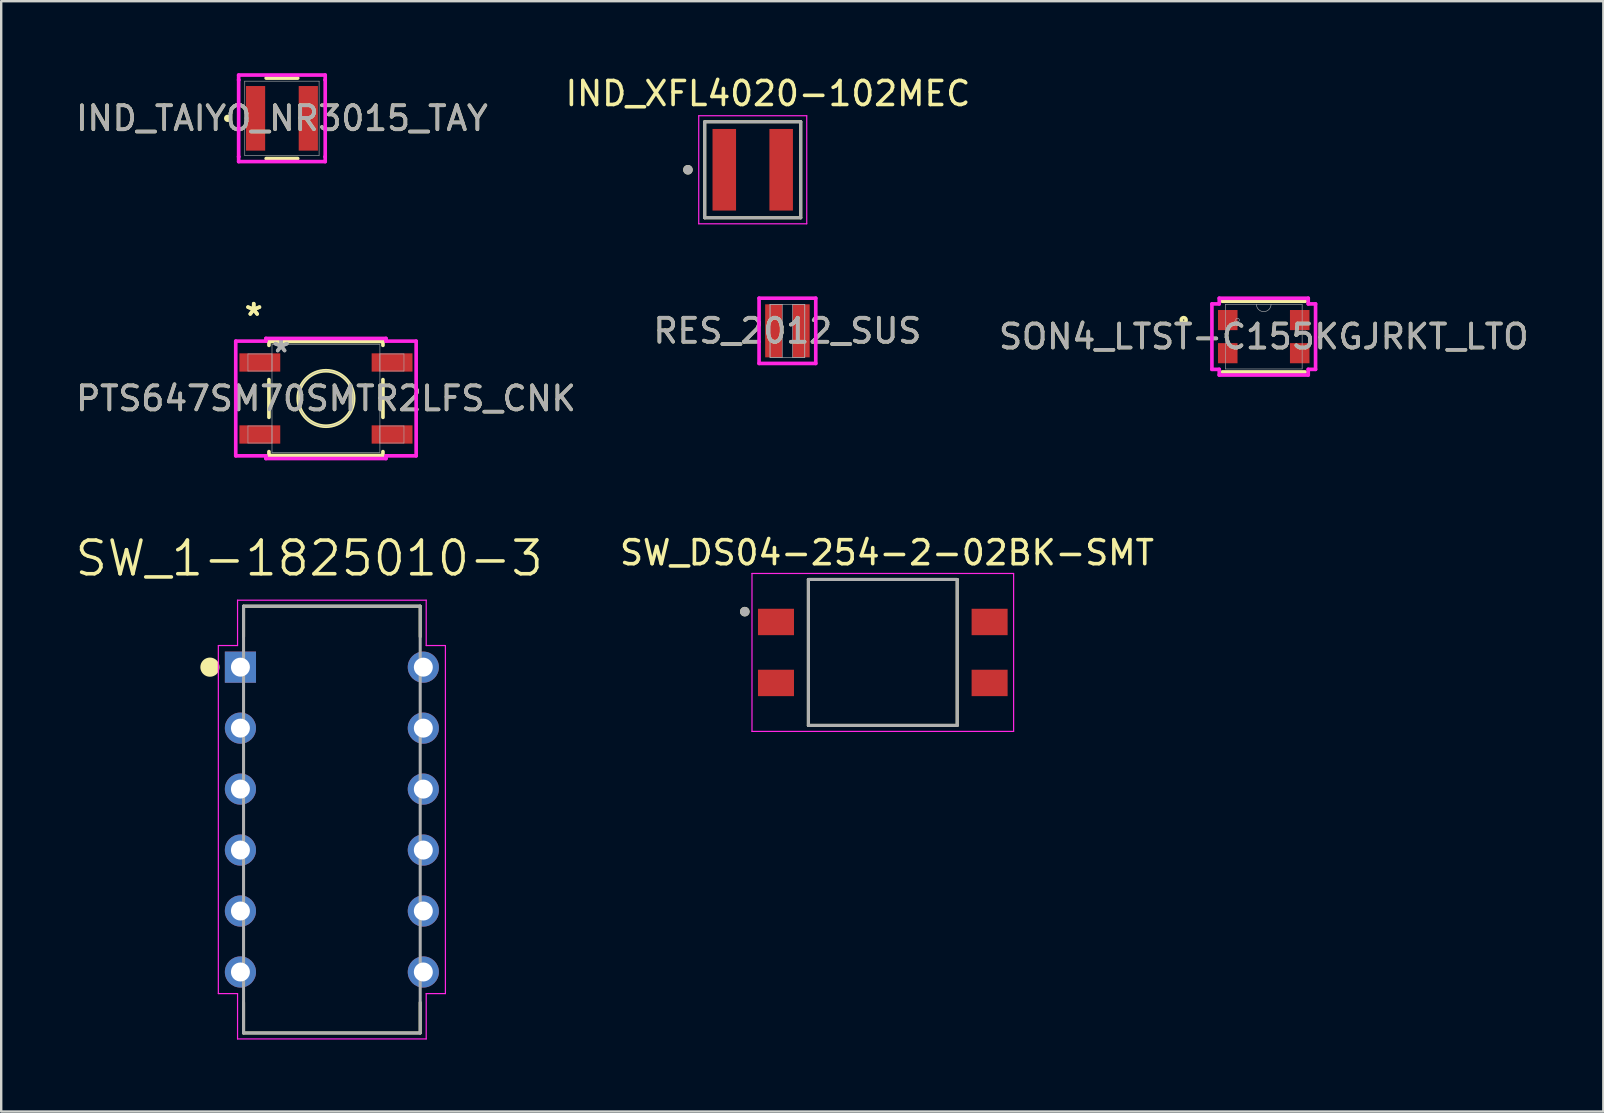
<source format=kicad_pcb>
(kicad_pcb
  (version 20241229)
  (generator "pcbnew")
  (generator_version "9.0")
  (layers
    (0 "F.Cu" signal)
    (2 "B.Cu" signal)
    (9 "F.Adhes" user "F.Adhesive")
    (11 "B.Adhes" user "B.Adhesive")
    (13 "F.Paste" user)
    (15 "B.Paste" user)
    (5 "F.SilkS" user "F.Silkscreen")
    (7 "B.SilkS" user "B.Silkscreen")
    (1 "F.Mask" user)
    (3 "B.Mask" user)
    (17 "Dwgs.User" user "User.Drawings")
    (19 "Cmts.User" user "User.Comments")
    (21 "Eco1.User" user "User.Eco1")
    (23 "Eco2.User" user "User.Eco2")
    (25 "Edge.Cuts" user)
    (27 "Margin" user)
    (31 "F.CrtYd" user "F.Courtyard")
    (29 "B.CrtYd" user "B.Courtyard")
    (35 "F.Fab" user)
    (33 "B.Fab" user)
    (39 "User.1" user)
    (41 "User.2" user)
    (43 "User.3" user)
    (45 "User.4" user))
  (footprint "RES_2012_SUS"
    (layer "F.Cu")
    (at 29.756 10.733)
    (property "Reference" "RES_2012_SUS" (at 0 0 0) (unlocked yes) (layer "F.SilkS") (effects (font (size 1 1) (thickness 0.15))))
    (attr smd)
    (fp_line (start -1.181 -1.359) (end 1.181 -1.359) (stroke (width 0.152) (type solid)) (layer "F.CrtYd"))
    (fp_line (start -1.181 1.359) (end -1.181 -1.359) (stroke (width 0.152) (type solid)) (layer "F.CrtYd"))
    (fp_line (start 1.181 -1.359) (end 1.181 1.359) (stroke (width 0.152) (type solid)) (layer "F.CrtYd"))
    (fp_line (start 1.181 1.359) (end -1.181 1.359) (stroke (width 0.152) (type solid)) (layer "F.CrtYd"))
    (fp_line (start -0.724 -1.105) (end -0.724 1.105) (stroke (width 0.025) (type solid)) (layer "F.Fab"))
    (fp_line (start -0.724 -1.105) (end -0.724 1.105) (stroke (width 0.025) (type solid)) (layer "F.Fab"))
    (fp_line (start -0.724 1.105) (end -0.216 1.105) (stroke (width 0.025) (type solid)) (layer "F.Fab"))
    (fp_line (start -0.724 1.105) (end 0.724 1.105) (stroke (width 0.025) (type solid)) (layer "F.Fab"))
    (fp_line (start -0.216 -1.105) (end -0.724 -1.105) (stroke (width 0.025) (type solid)) (layer "F.Fab"))
    (fp_line (start -0.216 1.105) (end -0.216 -1.105) (stroke (width 0.025) (type solid)) (layer "F.Fab"))
    (fp_line (start 0.216 -1.105) (end 0.216 1.105) (stroke (width 0.025) (type solid)) (layer "F.Fab"))
    (fp_line (start 0.216 1.105) (end 0.724 1.105) (stroke (width 0.025) (type solid)) (layer "F.Fab"))
    (fp_line (start 0.724 -1.105) (end -0.724 -1.105) (stroke (width 0.025) (type solid)) (layer "F.Fab"))
    (fp_line (start 0.724 -1.105) (end 0.216 -1.105) (stroke (width 0.025) (type solid)) (layer "F.Fab"))
    (fp_line (start 0.724 1.105) (end 0.724 -1.105) (stroke (width 0.025) (type solid)) (layer "F.Fab"))
    (fp_line (start 0.724 1.105) (end 0.724 -1.105) (stroke (width 0.025) (type solid)) (layer "F.Fab"))
    (fp_text user "${REFERENCE}" (at 0 0 0) (unlocked yes) (layer "F.Fab") (effects (font (size 1 1) (thickness 0.15))))
    (pad "1" smd rect (at -0.572 0) (size 0.711 2.21) (layers "F.Cu" "F.Mask" "F.Paste"))
    (pad "2" smd rect (at 0.572 0) (size 0.711 2.21) (layers "F.Cu" "F.Mask" "F.Paste"))
    (zone (net_name "") (layer "F.Cu") (hatch full 0.508) (connect_pads) (min_thickness 0.254) (filled_areas_thickness no) (keepout (tracks not_allowed) (vias not_allowed) (pads allowed) (copperpour not_allowed) (footprints allowed)) (placement (enabled no)) (fill) (polygon (pts (xy 29.591 9.679) (xy 29.921 9.679) (xy 29.921 11.787) (xy 29.591 11.787)))))
  (footprint "SON4_LTST-C155KGJRKT_LTO"
    (layer "F.Cu")
    (at 49.601 10.975)
    (property "Reference" "SON4_LTST-C155KGJRKT_LTO" (at 0 0 0) (unlocked yes) (layer "F.SilkS") (effects (font (size 1 1) (thickness 0.15))))
    (attr smd)
    (fp_line (start -1.727 1.473) (end 1.727 1.473) (stroke (width 0.152) (type solid)) (layer "F.SilkS"))
    (fp_line (start 1.727 -1.473) (end -1.727 -1.473) (stroke (width 0.152) (type solid)) (layer "F.SilkS"))
    (fp_circle (center -3.336 -0.69) (end -3.234 -0.69) (stroke (width 0.152) (type solid)) (fill no) (layer "F.SilkS"))
    (fp_line (start -2.159 -1.363) (end -1.854 -1.363) (stroke (width 0.152) (type solid)) (layer "F.CrtYd"))
    (fp_line (start -2.159 1.363) (end -2.159 -1.363) (stroke (width 0.152) (type solid)) (layer "F.CrtYd"))
    (fp_line (start -2.159 1.363) (end -1.854 1.363) (stroke (width 0.152) (type solid)) (layer "F.CrtYd"))
    (fp_line (start -1.854 -1.6) (end 1.854 -1.6) (stroke (width 0.152) (type solid)) (layer "F.CrtYd"))
    (fp_line (start -1.854 -1.363) (end -1.854 -1.6) (stroke (width 0.152) (type solid)) (layer "F.CrtYd"))
    (fp_line (start -1.854 1.6) (end -1.854 1.363) (stroke (width 0.152) (type solid)) (layer "F.CrtYd"))
    (fp_line (start 1.854 -1.6) (end 1.854 -1.363) (stroke (width 0.152) (type solid)) (layer "F.CrtYd"))
    (fp_line (start 1.854 1.363) (end 1.854 1.6) (stroke (width 0.152) (type solid)) (layer "F.CrtYd"))
    (fp_line (start 1.854 1.6) (end -1.854 1.6) (stroke (width 0.152) (type solid)) (layer "F.CrtYd"))
    (fp_line (start 2.159 -1.363) (end 1.854 -1.363) (stroke (width 0.152) (type solid)) (layer "F.CrtYd"))
    (fp_line (start 2.159 -1.363) (end 2.159 1.363) (stroke (width 0.152) (type solid)) (layer "F.CrtYd"))
    (fp_line (start 2.159 1.363) (end 1.854 1.363) (stroke (width 0.152) (type solid)) (layer "F.CrtYd"))
    (fp_line (start -1.6 -1.346) (end -1.6 1.346) (stroke (width 0.025) (type solid)) (layer "F.Fab"))
    (fp_line (start -1.6 1.346) (end 1.6 1.346) (stroke (width 0.025) (type solid)) (layer "F.Fab"))
    (fp_line (start 1.6 -1.346) (end -1.6 -1.346) (stroke (width 0.025) (type solid)) (layer "F.Fab"))
    (fp_line (start 1.6 1.346) (end 1.6 -1.346) (stroke (width 0.025) (type solid)) (layer "F.Fab"))
    (fp_arc (start 0.3048 -1.3462) (mid 0 -1.0414) (end -0.3048 -1.3462) (stroke (width 0.0254) (type solid)) (layer "F.Fab"))
    (fp_circle (center -1.092 -0.69) (end -1.016 -0.69) (stroke (width 0.025) (type solid)) (fill no) (layer "F.Fab"))
    (fp_text user "${REFERENCE}" (at 0 0 0) (unlocked yes) (layer "F.Fab") (effects (font (size 1 1) (thickness 0.15))))
    (pad "1" smd rect (at -1.499 -0.69) (size 0.813 0.838) (layers "F.Cu" "F.Mask" "F.Paste"))
    (pad "2" smd rect (at -1.499 0.69) (size 0.813 0.838) (layers "F.Cu" "F.Mask" "F.Paste"))
    (pad "3" smd rect (at 1.499 0.69) (size 0.813 0.838) (layers "F.Cu" "F.Mask" "F.Paste"))
    (pad "4" smd rect (at 1.499 -0.69) (size 0.813 0.838) (layers "F.Cu" "F.Mask" "F.Paste")))
  (footprint "SW_DS04-254-2-02BK-SMT"
    (layer "F.Cu")
    (at 33.73 24.133)
    (property "Reference" "SW_DS04-254-2-02BK-SMT" (at 0.175 -4.155 0) (layer "F.SilkS") (effects (font (size 1 1) (thickness 0.15))))
    (attr smd)
    (fp_line (start -3.1 -3.04) (end 3.1 -3.04) (stroke (width 0.127) (type solid)) (layer "F.SilkS"))
    (fp_line (start -3.1 3.04) (end -3.1 -3.04) (stroke (width 0.127) (type solid)) (layer "F.SilkS"))
    (fp_line (start 3.1 -3.04) (end 3.1 3.04) (stroke (width 0.127) (type solid)) (layer "F.SilkS"))
    (fp_line (start 3.1 3.04) (end -3.1 3.04) (stroke (width 0.127) (type solid)) (layer "F.SilkS"))
    (fp_circle (center -5.75 -1.7) (end -5.65 -1.7) (stroke (width 0.2) (type solid)) (fill no) (layer "F.SilkS"))
    (fp_line (start -5.45 -3.29) (end -5.45 3.29) (stroke (width 0.05) (type solid)) (layer "F.CrtYd"))
    (fp_line (start -5.45 3.29) (end 5.45 3.29) (stroke (width 0.05) (type solid)) (layer "F.CrtYd"))
    (fp_line (start 5.45 -3.29) (end -5.45 -3.29) (stroke (width 0.05) (type solid)) (layer "F.CrtYd"))
    (fp_line (start 5.45 3.29) (end 5.45 -3.29) (stroke (width 0.05) (type solid)) (layer "F.CrtYd"))
    (fp_line (start -3.1 -3.04) (end 3.1 -3.04) (stroke (width 0.127) (type solid)) (layer "F.Fab"))
    (fp_line (start -3.1 3.04) (end -3.1 -3.04) (stroke (width 0.127) (type solid)) (layer "F.Fab"))
    (fp_line (start 3.1 -3.04) (end 3.1 3.04) (stroke (width 0.127) (type solid)) (layer "F.Fab"))
    (fp_line (start 3.1 3.04) (end -3.1 3.04) (stroke (width 0.127) (type solid)) (layer "F.Fab"))
    (fp_circle (center -5.75 -1.7) (end -5.65 -1.7) (stroke (width 0.2) (type solid)) (fill no) (layer "F.Fab"))
    (pad "1A" smd rect (at -4.45 -1.27) (size 1.5 1.1) (layers "F.Cu" "F.Mask" "F.Paste"))
    (pad "1B" smd rect (at 4.45 -1.27 180) (size 1.5 1.1) (layers "F.Cu" "F.Mask" "F.Paste"))
    (pad "2A" smd rect (at -4.45 1.27) (size 1.5 1.1) (layers "F.Cu" "F.Mask" "F.Paste"))
    (pad "2B" smd rect (at 4.45 1.27 180) (size 1.5 1.1) (layers "F.Cu" "F.Mask" "F.Paste")))
  (footprint "SW_1-1825010-3"
    (layer "F.Cu")
    (at 10.777 31.096)
    (property "Reference" "SW_1-1825010-3" (at -0.946 -10.883 0) (layer "F.SilkS") (effects (font (size 1.402 1.402) (thickness 0.15))))
    (attr through_hole)
    (fp_line (start -3.68 -8.89) (end -3.68 -7.62) (stroke (width 0.127) (type solid)) (layer "F.SilkS"))
    (fp_line (start -3.68 8.89) (end -3.68 7.62) (stroke (width 0.127) (type solid)) (layer "F.SilkS"))
    (fp_line (start 3.68 -8.89) (end -3.68 -8.89) (stroke (width 0.127) (type solid)) (layer "F.SilkS"))
    (fp_line (start 3.68 -8.89) (end 3.68 -7.62) (stroke (width 0.127) (type solid)) (layer "F.SilkS"))
    (fp_line (start 3.68 7.62) (end 3.68 8.89) (stroke (width 0.127) (type solid)) (layer "F.SilkS"))
    (fp_line (start 3.68 8.89) (end -3.68 8.89) (stroke (width 0.127) (type solid)) (layer "F.SilkS"))
    (fp_circle (center -5.08 -6.35) (end -4.88 -6.35) (stroke (width 0.4) (type solid)) (fill no) (layer "F.SilkS"))
    (fp_line (start -4.73 -7.25) (end -4.73 7.25) (stroke (width 0.05) (type solid)) (layer "F.CrtYd"))
    (fp_line (start -4.73 7.25) (end -3.93 7.25) (stroke (width 0.05) (type solid)) (layer "F.CrtYd"))
    (fp_line (start -3.93 -9.14) (end -3.93 -7.25) (stroke (width 0.05) (type solid)) (layer "F.CrtYd"))
    (fp_line (start -3.93 -7.25) (end -4.73 -7.25) (stroke (width 0.05) (type solid)) (layer "F.CrtYd"))
    (fp_line (start -3.93 7.25) (end -3.93 9.14) (stroke (width 0.05) (type solid)) (layer "F.CrtYd"))
    (fp_line (start -3.93 9.14) (end 3.93 9.14) (stroke (width 0.05) (type solid)) (layer "F.CrtYd"))
    (fp_line (start 3.93 -9.14) (end -3.93 -9.14) (stroke (width 0.05) (type solid)) (layer "F.CrtYd"))
    (fp_line (start 3.93 -7.25) (end 3.93 -9.14) (stroke (width 0.05) (type solid)) (layer "F.CrtYd"))
    (fp_line (start 3.93 7.25) (end 4.73 7.25) (stroke (width 0.05) (type solid)) (layer "F.CrtYd"))
    (fp_line (start 3.93 9.14) (end 3.93 7.25) (stroke (width 0.05) (type solid)) (layer "F.CrtYd"))
    (fp_line (start 4.73 -7.25) (end 3.93 -7.25) (stroke (width 0.05) (type solid)) (layer "F.CrtYd"))
    (fp_line (start 4.73 7.25) (end 4.73 -7.25) (stroke (width 0.05) (type solid)) (layer "F.CrtYd"))
    (fp_line (start -3.68 -8.89) (end -3.68 8.89) (stroke (width 0.127) (type solid)) (layer "F.Fab"))
    (fp_line (start -3.68 8.89) (end 3.68 8.89) (stroke (width 0.127) (type solid)) (layer "F.Fab"))
    (fp_line (start 3.68 -8.89) (end -3.68 -8.89) (stroke (width 0.127) (type solid)) (layer "F.Fab"))
    (fp_line (start 3.68 8.89) (end 3.68 -8.89) (stroke (width 0.127) (type solid)) (layer "F.Fab"))
    (pad "1" thru_hole rect (at -3.81 -6.35) (size 1.298 1.298) (drill 0.79) (layers "*.Cu" "*.Mask"))
    (pad "2" thru_hole circle (at -3.81 -3.81) (size 1.298 1.298) (drill 0.79) (layers "*.Cu" "*.Mask"))
    (pad "3" thru_hole circle (at -3.81 -1.27) (size 1.298 1.298) (drill 0.79) (layers "*.Cu" "*.Mask"))
    (pad "4" thru_hole circle (at -3.81 1.27) (size 1.298 1.298) (drill 0.79) (layers "*.Cu" "*.Mask"))
    (pad "5" thru_hole circle (at -3.81 3.81) (size 1.298 1.298) (drill 0.79) (layers "*.Cu" "*.Mask"))
    (pad "6" thru_hole circle (at -3.81 6.35) (size 1.298 1.298) (drill 0.79) (layers "*.Cu" "*.Mask"))
    (pad "7" thru_hole circle (at 3.81 6.35) (size 1.298 1.298) (drill 0.79) (layers "*.Cu" "*.Mask"))
    (pad "8" thru_hole circle (at 3.81 3.81) (size 1.298 1.298) (drill 0.79) (layers "*.Cu" "*.Mask"))
    (pad "9" thru_hole circle (at 3.81 1.27) (size 1.298 1.298) (drill 0.79) (layers "*.Cu" "*.Mask"))
    (pad "10" thru_hole circle (at 3.81 -1.27) (size 1.298 1.298) (drill 0.79) (layers "*.Cu" "*.Mask"))
    (pad "11" thru_hole circle (at 3.81 -3.81) (size 1.298 1.298) (drill 0.79) (layers "*.Cu" "*.Mask"))
    (pad "12" thru_hole circle (at 3.81 -6.35) (size 1.298 1.298) (drill 0.79) (layers "*.Cu" "*.Mask")))
  (footprint "PTS647SM70SMTR2LFS_CNK"
    (layer "F.Cu")
    (at 10.53 13.552)
    (property "Reference" "PTS647SM70SMTR2LFS_CNK" (at 0 0 0) (unlocked yes) (layer "F.SilkS") (effects (font (size 1 1) (thickness 0.15))))
    (attr smd)
    (fp_line (start -2.375 -2.375) (end -2.375 -2.214) (stroke (width 0.152) (type solid)) (layer "F.SilkS"))
    (fp_line (start -2.375 -0.786) (end -2.375 0.786) (stroke (width 0.152) (type solid)) (layer "F.SilkS"))
    (fp_line (start -2.375 2.214) (end -2.375 2.375) (stroke (width 0.152) (type solid)) (layer "F.SilkS"))
    (fp_line (start -2.375 2.375) (end 2.375 2.375) (stroke (width 0.152) (type solid)) (layer "F.SilkS"))
    (fp_line (start 2.375 -2.375) (end -2.375 -2.375) (stroke (width 0.152) (type solid)) (layer "F.SilkS"))
    (fp_line (start 2.375 -2.214) (end 2.375 -2.375) (stroke (width 0.152) (type solid)) (layer "F.SilkS"))
    (fp_line (start 2.375 0.786) (end 2.375 -0.786) (stroke (width 0.152) (type solid)) (layer "F.SilkS"))
    (fp_line (start 2.375 2.375) (end 2.375 2.214) (stroke (width 0.152) (type solid)) (layer "F.SilkS"))
    (fp_circle (center 0 0) (end 1.156 0) (stroke (width 0.152) (type solid)) (fill no) (layer "F.SilkS"))
    (fp_line (start -3.758 -2.389) (end -2.502 -2.389) (stroke (width 0.152) (type solid)) (layer "F.CrtYd"))
    (fp_line (start -3.758 2.389) (end -3.758 -2.389) (stroke (width 0.152) (type solid)) (layer "F.CrtYd"))
    (fp_line (start -2.502 -2.502) (end 2.502 -2.502) (stroke (width 0.152) (type solid)) (layer "F.CrtYd"))
    (fp_line (start -2.502 -2.389) (end -2.502 -2.502) (stroke (width 0.152) (type solid)) (layer "F.CrtYd"))
    (fp_line (start -2.502 2.389) (end -3.758 2.389) (stroke (width 0.152) (type solid)) (layer "F.CrtYd"))
    (fp_line (start -2.502 2.502) (end -2.502 2.389) (stroke (width 0.152) (type solid)) (layer "F.CrtYd"))
    (fp_line (start 2.502 -2.502) (end 2.502 -2.389) (stroke (width 0.152) (type solid)) (layer "F.CrtYd"))
    (fp_line (start 2.502 -2.389) (end 3.758 -2.389) (stroke (width 0.152) (type solid)) (layer "F.CrtYd"))
    (fp_line (start 2.502 2.389) (end 2.502 2.502) (stroke (width 0.152) (type solid)) (layer "F.CrtYd"))
    (fp_line (start 2.502 2.502) (end -2.502 2.502) (stroke (width 0.152) (type solid)) (layer "F.CrtYd"))
    (fp_line (start 3.758 -2.389) (end 3.758 2.389) (stroke (width 0.152) (type solid)) (layer "F.CrtYd"))
    (fp_line (start 3.758 2.389) (end 2.502 2.389) (stroke (width 0.152) (type solid)) (layer "F.CrtYd"))
    (fp_line (start -3.25 -1.856) (end -3.25 -1.144) (stroke (width 0.025) (type solid)) (layer "F.Fab"))
    (fp_line (start -3.25 -1.144) (end -2.248 -1.144) (stroke (width 0.025) (type solid)) (layer "F.Fab"))
    (fp_line (start -3.25 1.144) (end -3.25 1.856) (stroke (width 0.025) (type solid)) (layer "F.Fab"))
    (fp_line (start -3.25 1.856) (end -2.248 1.856) (stroke (width 0.025) (type solid)) (layer "F.Fab"))
    (fp_line (start -2.248 -2.248) (end -2.248 2.248) (stroke (width 0.025) (type solid)) (layer "F.Fab"))
    (fp_line (start -2.248 -1.856) (end -3.25 -1.856) (stroke (width 0.025) (type solid)) (layer "F.Fab"))
    (fp_line (start -2.248 -1.144) (end -2.248 -1.856) (stroke (width 0.025) (type solid)) (layer "F.Fab"))
    (fp_line (start -2.248 1.144) (end -3.25 1.144) (stroke (width 0.025) (type solid)) (layer "F.Fab"))
    (fp_line (start -2.248 1.856) (end -2.248 1.144) (stroke (width 0.025) (type solid)) (layer "F.Fab"))
    (fp_line (start -2.248 2.248) (end 2.248 2.248) (stroke (width 0.025) (type solid)) (layer "F.Fab"))
    (fp_line (start 2.248 -2.248) (end -2.248 -2.248) (stroke (width 0.025) (type solid)) (layer "F.Fab"))
    (fp_line (start 2.248 -1.856) (end 2.248 -1.144) (stroke (width 0.025) (type solid)) (layer "F.Fab"))
    (fp_line (start 2.248 -1.144) (end 3.25 -1.144) (stroke (width 0.025) (type solid)) (layer "F.Fab"))
    (fp_line (start 2.248 1.144) (end 2.248 1.856) (stroke (width 0.025) (type solid)) (layer "F.Fab"))
    (fp_line (start 2.248 1.856) (end 3.25 1.856) (stroke (width 0.025) (type solid)) (layer "F.Fab"))
    (fp_line (start 2.248 2.248) (end 2.248 -2.248) (stroke (width 0.025) (type solid)) (layer "F.Fab"))
    (fp_line (start 3.25 -1.856) (end 2.248 -1.856) (stroke (width 0.025) (type solid)) (layer "F.Fab"))
    (fp_line (start 3.25 -1.144) (end 3.25 -1.856) (stroke (width 0.025) (type solid)) (layer "F.Fab"))
    (fp_line (start 3.25 1.144) (end 2.248 1.144) (stroke (width 0.025) (type solid)) (layer "F.Fab"))
    (fp_line (start 3.25 1.856) (end 3.25 1.144) (stroke (width 0.025) (type solid)) (layer "F.Fab"))
    (fp_circle (center 0 0) (end 1.156 0) (stroke (width 0.025) (type solid)) (fill no) (layer "F.Fab"))
    (fp_text user "*" (at -3.009 -3.405 0) (unlocked yes) (layer "F.SilkS") (effects (font (size 1 1) (thickness 0.15))))
    (fp_text user "*" (at -3.009 -3.405 0) (layer "F.SilkS") (effects (font (size 1 1) (thickness 0.15))))
    (fp_text user "*" (at -1.867 -1.881 0) (unlocked yes) (layer "F.Fab") (effects (font (size 1 1) (thickness 0.15))))
    (fp_text user "${REFERENCE}" (at 0 0 0) (unlocked yes) (layer "F.Fab") (effects (font (size 1 1) (thickness 0.15))))
    (fp_text user "*" (at -1.867 -1.881 0) (layer "F.Fab") (effects (font (size 1 1) (thickness 0.15))))
    (pad "1" smd rect (at -2.755 -1.5) (size 1.702 0.762) (layers "F.Cu" "F.Mask" "F.Paste"))
    (pad "2" smd rect (at -2.755 1.5) (size 1.702 0.762) (layers "F.Cu" "F.Mask" "F.Paste"))
    (pad "3" smd rect (at 2.755 1.5) (size 1.702 0.762) (layers "F.Cu" "F.Mask" "F.Paste"))
    (pad "4" smd rect (at 2.755 -1.5) (size 1.702 0.762) (layers "F.Cu" "F.Mask" "F.Paste")))
  (footprint "IND_XFL4020-102MEC"
    (layer "F.Cu")
    (at 28.311 4.023)
    (property "Reference" "IND_XFL4020-102MEC" (at 0.635 -3.175 0) (layer "F.SilkS") (effects (font (size 1 1) (thickness 0.15))))
    (attr smd)
    (fp_line (start -2 -2) (end 2 -2) (stroke (width 0.127) (type solid)) (layer "F.SilkS"))
    (fp_line (start -2 2) (end -2 -2) (stroke (width 0.127) (type solid)) (layer "F.SilkS"))
    (fp_line (start 2 -2) (end 2 2) (stroke (width 0.127) (type solid)) (layer "F.SilkS"))
    (fp_line (start 2 2) (end -2 2) (stroke (width 0.127) (type solid)) (layer "F.SilkS"))
    (fp_circle (center -2.7 0) (end -2.6 0) (stroke (width 0.2) (type solid)) (fill no) (layer "F.SilkS"))
    (fp_line (start -2.25 -2.25) (end 2.25 -2.25) (stroke (width 0.05) (type solid)) (layer "F.CrtYd"))
    (fp_line (start -2.25 2.25) (end -2.25 -2.25) (stroke (width 0.05) (type solid)) (layer "F.CrtYd"))
    (fp_line (start 2.25 -2.25) (end 2.25 2.25) (stroke (width 0.05) (type solid)) (layer "F.CrtYd"))
    (fp_line (start 2.25 2.25) (end -2.25 2.25) (stroke (width 0.05) (type solid)) (layer "F.CrtYd"))
    (fp_line (start -2 -2) (end 2 -2) (stroke (width 0.127) (type solid)) (layer "F.Fab"))
    (fp_line (start -2 2) (end -2 -2) (stroke (width 0.127) (type solid)) (layer "F.Fab"))
    (fp_line (start 2 -2) (end 2 2) (stroke (width 0.127) (type solid)) (layer "F.Fab"))
    (fp_line (start 2 2) (end -2 2) (stroke (width 0.127) (type solid)) (layer "F.Fab"))
    (fp_circle (center -2.7 0) (end -2.6 0) (stroke (width 0.2) (type solid)) (fill no) (layer "F.Fab"))
    (pad "1" smd rect (at -1.185 0) (size 0.98 3.4) (layers "F.Cu" "F.Mask" "F.Paste"))
    (pad "2" smd rect (at 1.185 0) (size 0.98 3.4) (layers "F.Cu" "F.Mask" "F.Paste")))
  (footprint "IND_TAIYO_NR3015_TAY"
    (layer "F.Cu")
    (at 8.696 1.88)
    (property "Reference" "IND_TAIYO_NR3015_TAY" (at 0 0 0) (unlocked yes) (layer "F.SilkS") (effects (font (size 1 1) (thickness 0.15))))
    (attr smd)
    (fp_line (start -0.657 1.676) (end 0.657 1.676) (stroke (width 0.152) (type solid)) (layer "F.SilkS"))
    (fp_line (start 0.657 -1.676) (end -0.657 -1.676) (stroke (width 0.152) (type solid)) (layer "F.SilkS"))
    (fp_circle (center -2.261 0) (end -2.184 0) (stroke (width 0.152) (type solid)) (fill no) (layer "F.SilkS"))
    (fp_line (start -1.803 -1.803) (end 1.803 -1.803) (stroke (width 0.152) (type solid)) (layer "F.CrtYd"))
    (fp_line (start -1.803 -1.6) (end -1.803 -1.803) (stroke (width 0.152) (type solid)) (layer "F.CrtYd"))
    (fp_line (start -1.803 -1.6) (end -1.803 -1.6) (stroke (width 0.152) (type solid)) (layer "F.CrtYd"))
    (fp_line (start -1.803 1.6) (end -1.803 -1.6) (stroke (width 0.152) (type solid)) (layer "F.CrtYd"))
    (fp_line (start -1.803 1.6) (end -1.803 1.6) (stroke (width 0.152) (type solid)) (layer "F.CrtYd"))
    (fp_line (start -1.803 1.803) (end -1.803 1.6) (stroke (width 0.152) (type solid)) (layer "F.CrtYd"))
    (fp_line (start 1.803 -1.803) (end 1.803 -1.6) (stroke (width 0.152) (type solid)) (layer "F.CrtYd"))
    (fp_line (start 1.803 -1.6) (end 1.803 -1.6) (stroke (width 0.152) (type solid)) (layer "F.CrtYd"))
    (fp_line (start 1.803 -1.6) (end 1.803 1.6) (stroke (width 0.152) (type solid)) (layer "F.CrtYd"))
    (fp_line (start 1.803 1.6) (end 1.803 1.6) (stroke (width 0.152) (type solid)) (layer "F.CrtYd"))
    (fp_line (start 1.803 1.6) (end 1.803 1.803) (stroke (width 0.152) (type solid)) (layer "F.CrtYd"))
    (fp_line (start 1.803 1.803) (end -1.803 1.803) (stroke (width 0.152) (type solid)) (layer "F.CrtYd"))
    (fp_line (start -1.549 -1.549) (end -1.549 1.549) (stroke (width 0.025) (type solid)) (layer "F.Fab"))
    (fp_line (start -1.549 1.549) (end 1.549 1.549) (stroke (width 0.025) (type solid)) (layer "F.Fab"))
    (fp_line (start 1.549 -1.549) (end -1.549 -1.549) (stroke (width 0.025) (type solid)) (layer "F.Fab"))
    (fp_line (start 1.549 1.549) (end 1.549 -1.549) (stroke (width 0.025) (type solid)) (layer "F.Fab"))
    (fp_circle (center -1.473 0) (end -1.397 0) (stroke (width 0.025) (type solid)) (fill no) (layer "F.Fab"))
    (fp_text user "${REFERENCE}" (at 0 0 0) (unlocked yes) (layer "F.Fab") (effects (font (size 1 1) (thickness 0.15))))
    (pad "1" smd rect (at -1.099 0) (size 0.8 2.692) (layers "F.Cu" "F.Mask" "F.Paste"))
    (pad "2" smd rect (at 1.099 0) (size 0.8 2.692) (layers "F.Cu" "F.Mask" "F.Paste"))
    (zone (net_name "") (layer "F.Cu") (hatch full 0.508) (connect_pads) (min_thickness 0.254) (filled_areas_thickness no) (keepout (tracks not_allowed) (vias not_allowed) (pads allowed) (copperpour not_allowed) (footprints allowed)) (placement (enabled no)) (fill) (polygon (pts (xy 8.049 0.381) (xy 9.344 0.381) (xy 9.344 3.378) (xy 8.049 3.378)))))
  (gr_rect
    (start -3 -3)
    (end 63.75 43.261)
    (stroke (width 0.1) (type default))
    (fill no)
    (layer "Edge.Cuts")))
</source>
